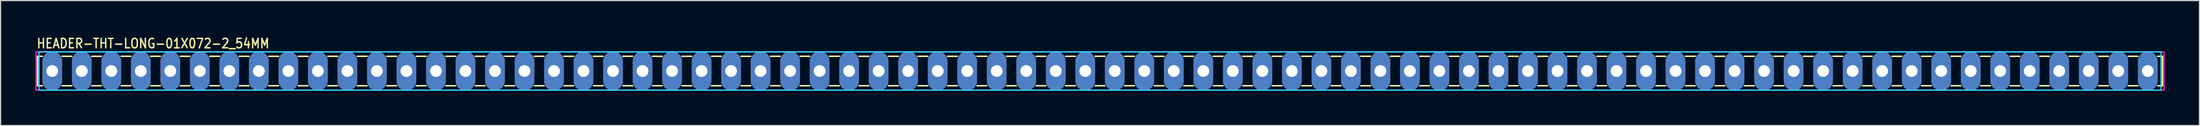
<source format=kicad_pcb>
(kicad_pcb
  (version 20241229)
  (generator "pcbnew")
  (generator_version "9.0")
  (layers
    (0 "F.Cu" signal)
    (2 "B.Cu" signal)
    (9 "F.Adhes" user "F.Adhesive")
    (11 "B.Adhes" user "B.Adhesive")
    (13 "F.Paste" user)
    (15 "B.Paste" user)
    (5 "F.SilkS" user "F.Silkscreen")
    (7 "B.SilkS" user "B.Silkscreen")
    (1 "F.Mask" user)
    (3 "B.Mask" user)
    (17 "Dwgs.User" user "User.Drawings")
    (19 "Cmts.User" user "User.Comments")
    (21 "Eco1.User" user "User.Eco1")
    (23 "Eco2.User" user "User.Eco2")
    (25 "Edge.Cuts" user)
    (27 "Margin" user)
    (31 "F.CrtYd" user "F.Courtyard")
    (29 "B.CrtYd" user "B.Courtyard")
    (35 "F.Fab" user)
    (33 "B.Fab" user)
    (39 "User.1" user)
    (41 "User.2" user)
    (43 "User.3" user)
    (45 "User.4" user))
  (footprint "HEADER-THT-LONG-01X072-2_54MM"
    (layer "F.Cu")
    (at 1.447 3.079)
    (property "Reference" "HEADER-THT-LONG-01X072-2_54MM" (at -1.4 -1.9 0) (unlocked yes) (layer "F.SilkS") (effects (font (size 0.813 0.695) (thickness 0.122)) (justify left bottom)))
    (fp_line (start -1.27 -1.27) (end -1.27 1.27) (stroke (width 0.127) (type solid)) (layer "F.SilkS"))
    (fp_line (start -1.27 1.27) (end -0.85 1.27) (stroke (width 0.127) (type solid)) (layer "F.SilkS"))
    (fp_line (start -0.85 -1.27) (end -1.27 -1.27) (stroke (width 0.127) (type solid)) (layer "F.SilkS"))
    (fp_line (start 0.85 -1.27) (end 1.69 -1.27) (stroke (width 0.127) (type solid)) (layer "F.SilkS"))
    (fp_line (start 0.85 1.27) (end 1.69 1.27) (stroke (width 0.127) (type solid)) (layer "F.SilkS"))
    (fp_line (start 3.39 -1.27) (end 4.23 -1.27) (stroke (width 0.127) (type solid)) (layer "F.SilkS"))
    (fp_line (start 3.39 1.27) (end 4.23 1.27) (stroke (width 0.127) (type solid)) (layer "F.SilkS"))
    (fp_line (start 5.93 -1.27) (end 6.77 -1.27) (stroke (width 0.127) (type solid)) (layer "F.SilkS"))
    (fp_line (start 5.93 1.27) (end 6.77 1.27) (stroke (width 0.127) (type solid)) (layer "F.SilkS"))
    (fp_line (start 8.47 -1.27) (end 9.31 -1.27) (stroke (width 0.127) (type solid)) (layer "F.SilkS"))
    (fp_line (start 8.47 1.27) (end 9.31 1.27) (stroke (width 0.127) (type solid)) (layer "F.SilkS"))
    (fp_line (start 11.01 -1.27) (end 11.85 -1.27) (stroke (width 0.127) (type solid)) (layer "F.SilkS"))
    (fp_line (start 11.01 1.27) (end 11.85 1.27) (stroke (width 0.127) (type solid)) (layer "F.SilkS"))
    (fp_line (start 13.55 -1.27) (end 14.39 -1.27) (stroke (width 0.127) (type solid)) (layer "F.SilkS"))
    (fp_line (start 13.55 1.27) (end 14.39 1.27) (stroke (width 0.127) (type solid)) (layer "F.SilkS"))
    (fp_line (start 16.09 -1.27) (end 16.93 -1.27) (stroke (width 0.127) (type solid)) (layer "F.SilkS"))
    (fp_line (start 16.09 1.27) (end 16.93 1.27) (stroke (width 0.127) (type solid)) (layer "F.SilkS"))
    (fp_line (start 18.63 -1.27) (end 19.47 -1.27) (stroke (width 0.127) (type solid)) (layer "F.SilkS"))
    (fp_line (start 18.63 1.27) (end 19.47 1.27) (stroke (width 0.127) (type solid)) (layer "F.SilkS"))
    (fp_line (start 21.17 -1.27) (end 22.01 -1.27) (stroke (width 0.127) (type solid)) (layer "F.SilkS"))
    (fp_line (start 21.17 1.27) (end 22.01 1.27) (stroke (width 0.127) (type solid)) (layer "F.SilkS"))
    (fp_line (start 23.71 -1.27) (end 24.55 -1.27) (stroke (width 0.127) (type solid)) (layer "F.SilkS"))
    (fp_line (start 23.71 1.27) (end 24.55 1.27) (stroke (width 0.127) (type solid)) (layer "F.SilkS"))
    (fp_line (start 26.25 -1.27) (end 27.09 -1.27) (stroke (width 0.127) (type solid)) (layer "F.SilkS"))
    (fp_line (start 26.25 1.27) (end 27.09 1.27) (stroke (width 0.127) (type solid)) (layer "F.SilkS"))
    (fp_line (start 28.79 -1.27) (end 29.63 -1.27) (stroke (width 0.127) (type solid)) (layer "F.SilkS"))
    (fp_line (start 28.79 1.27) (end 29.63 1.27) (stroke (width 0.127) (type solid)) (layer "F.SilkS"))
    (fp_line (start 31.33 -1.27) (end 32.17 -1.27) (stroke (width 0.127) (type solid)) (layer "F.SilkS"))
    (fp_line (start 31.33 1.27) (end 32.17 1.27) (stroke (width 0.127) (type solid)) (layer "F.SilkS"))
    (fp_line (start 33.87 -1.27) (end 34.71 -1.27) (stroke (width 0.127) (type solid)) (layer "F.SilkS"))
    (fp_line (start 33.87 1.27) (end 34.71 1.27) (stroke (width 0.127) (type solid)) (layer "F.SilkS"))
    (fp_line (start 36.41 -1.27) (end 37.25 -1.27) (stroke (width 0.127) (type solid)) (layer "F.SilkS"))
    (fp_line (start 36.41 1.27) (end 37.25 1.27) (stroke (width 0.127) (type solid)) (layer "F.SilkS"))
    (fp_line (start 38.95 -1.27) (end 39.79 -1.27) (stroke (width 0.127) (type solid)) (layer "F.SilkS"))
    (fp_line (start 38.95 1.27) (end 39.79 1.27) (stroke (width 0.127) (type solid)) (layer "F.SilkS"))
    (fp_line (start 41.49 -1.27) (end 42.33 -1.27) (stroke (width 0.127) (type solid)) (layer "F.SilkS"))
    (fp_line (start 41.49 1.27) (end 42.33 1.27) (stroke (width 0.127) (type solid)) (layer "F.SilkS"))
    (fp_line (start 44.03 -1.27) (end 44.87 -1.27) (stroke (width 0.127) (type solid)) (layer "F.SilkS"))
    (fp_line (start 44.03 1.27) (end 44.87 1.27) (stroke (width 0.127) (type solid)) (layer "F.SilkS"))
    (fp_line (start 46.57 -1.27) (end 47.41 -1.27) (stroke (width 0.127) (type solid)) (layer "F.SilkS"))
    (fp_line (start 46.57 1.27) (end 47.41 1.27) (stroke (width 0.127) (type solid)) (layer "F.SilkS"))
    (fp_line (start 49.11 -1.27) (end 49.95 -1.27) (stroke (width 0.127) (type solid)) (layer "F.SilkS"))
    (fp_line (start 49.11 1.27) (end 49.95 1.27) (stroke (width 0.127) (type solid)) (layer "F.SilkS"))
    (fp_line (start 51.65 -1.27) (end 52.49 -1.27) (stroke (width 0.127) (type solid)) (layer "F.SilkS"))
    (fp_line (start 51.65 1.27) (end 52.49 1.27) (stroke (width 0.127) (type solid)) (layer "F.SilkS"))
    (fp_line (start 54.19 -1.27) (end 55.03 -1.27) (stroke (width 0.127) (type solid)) (layer "F.SilkS"))
    (fp_line (start 54.19 1.27) (end 55.03 1.27) (stroke (width 0.127) (type solid)) (layer "F.SilkS"))
    (fp_line (start 56.73 -1.27) (end 57.57 -1.27) (stroke (width 0.127) (type solid)) (layer "F.SilkS"))
    (fp_line (start 56.73 1.27) (end 57.57 1.27) (stroke (width 0.127) (type solid)) (layer "F.SilkS"))
    (fp_line (start 59.27 -1.27) (end 60.11 -1.27) (stroke (width 0.127) (type solid)) (layer "F.SilkS"))
    (fp_line (start 59.27 1.27) (end 60.11 1.27) (stroke (width 0.127) (type solid)) (layer "F.SilkS"))
    (fp_line (start 61.81 -1.27) (end 62.65 -1.27) (stroke (width 0.127) (type solid)) (layer "F.SilkS"))
    (fp_line (start 61.81 1.27) (end 62.65 1.27) (stroke (width 0.127) (type solid)) (layer "F.SilkS"))
    (fp_line (start 64.35 -1.27) (end 65.19 -1.27) (stroke (width 0.127) (type solid)) (layer "F.SilkS"))
    (fp_line (start 64.35 1.27) (end 65.19 1.27) (stroke (width 0.127) (type solid)) (layer "F.SilkS"))
    (fp_line (start 66.89 -1.27) (end 67.73 -1.27) (stroke (width 0.127) (type solid)) (layer "F.SilkS"))
    (fp_line (start 66.89 1.27) (end 67.73 1.27) (stroke (width 0.127) (type solid)) (layer "F.SilkS"))
    (fp_line (start 69.43 -1.27) (end 70.27 -1.27) (stroke (width 0.127) (type solid)) (layer "F.SilkS"))
    (fp_line (start 69.43 1.27) (end 70.27 1.27) (stroke (width 0.127) (type solid)) (layer "F.SilkS"))
    (fp_line (start 71.97 -1.27) (end 72.81 -1.27) (stroke (width 0.127) (type solid)) (layer "F.SilkS"))
    (fp_line (start 71.97 1.27) (end 72.81 1.27) (stroke (width 0.127) (type solid)) (layer "F.SilkS"))
    (fp_line (start 74.51 -1.27) (end 75.35 -1.27) (stroke (width 0.127) (type solid)) (layer "F.SilkS"))
    (fp_line (start 74.51 1.27) (end 75.35 1.27) (stroke (width 0.127) (type solid)) (layer "F.SilkS"))
    (fp_line (start 77.05 -1.27) (end 77.89 -1.27) (stroke (width 0.127) (type solid)) (layer "F.SilkS"))
    (fp_line (start 77.05 1.27) (end 77.89 1.27) (stroke (width 0.127) (type solid)) (layer "F.SilkS"))
    (fp_line (start 79.59 -1.27) (end 80.43 -1.27) (stroke (width 0.127) (type solid)) (layer "F.SilkS"))
    (fp_line (start 79.59 1.27) (end 80.43 1.27) (stroke (width 0.127) (type solid)) (layer "F.SilkS"))
    (fp_line (start 82.13 -1.27) (end 82.97 -1.27) (stroke (width 0.127) (type solid)) (layer "F.SilkS"))
    (fp_line (start 82.13 1.27) (end 82.97 1.27) (stroke (width 0.127) (type solid)) (layer "F.SilkS"))
    (fp_line (start 84.67 -1.27) (end 85.51 -1.27) (stroke (width 0.127) (type solid)) (layer "F.SilkS"))
    (fp_line (start 84.67 1.27) (end 85.51 1.27) (stroke (width 0.127) (type solid)) (layer "F.SilkS"))
    (fp_line (start 87.21 -1.27) (end 88.05 -1.27) (stroke (width 0.127) (type solid)) (layer "F.SilkS"))
    (fp_line (start 87.21 1.27) (end 88.05 1.27) (stroke (width 0.127) (type solid)) (layer "F.SilkS"))
    (fp_line (start 89.75 -1.27) (end 90.59 -1.27) (stroke (width 0.127) (type solid)) (layer "F.SilkS"))
    (fp_line (start 89.75 1.27) (end 90.59 1.27) (stroke (width 0.127) (type solid)) (layer "F.SilkS"))
    (fp_line (start 92.29 -1.27) (end 93.13 -1.27) (stroke (width 0.127) (type solid)) (layer "F.SilkS"))
    (fp_line (start 92.29 1.27) (end 93.13 1.27) (stroke (width 0.127) (type solid)) (layer "F.SilkS"))
    (fp_line (start 94.83 -1.27) (end 95.67 -1.27) (stroke (width 0.127) (type solid)) (layer "F.SilkS"))
    (fp_line (start 94.83 1.27) (end 95.67 1.27) (stroke (width 0.127) (type solid)) (layer "F.SilkS"))
    (fp_line (start 97.37 -1.27) (end 98.21 -1.27) (stroke (width 0.127) (type solid)) (layer "F.SilkS"))
    (fp_line (start 97.37 1.27) (end 98.21 1.27) (stroke (width 0.127) (type solid)) (layer "F.SilkS"))
    (fp_line (start 99.91 -1.27) (end 100.75 -1.27) (stroke (width 0.127) (type solid)) (layer "F.SilkS"))
    (fp_line (start 99.91 1.27) (end 100.75 1.27) (stroke (width 0.127) (type solid)) (layer "F.SilkS"))
    (fp_line (start 102.45 -1.27) (end 103.29 -1.27) (stroke (width 0.127) (type solid)) (layer "F.SilkS"))
    (fp_line (start 102.45 1.27) (end 103.29 1.27) (stroke (width 0.127) (type solid)) (layer "F.SilkS"))
    (fp_line (start 104.99 -1.27) (end 105.83 -1.27) (stroke (width 0.127) (type solid)) (layer "F.SilkS"))
    (fp_line (start 104.99 1.27) (end 105.83 1.27) (stroke (width 0.127) (type solid)) (layer "F.SilkS"))
    (fp_line (start 107.53 -1.27) (end 108.37 -1.27) (stroke (width 0.127) (type solid)) (layer "F.SilkS"))
    (fp_line (start 107.53 1.27) (end 108.37 1.27) (stroke (width 0.127) (type solid)) (layer "F.SilkS"))
    (fp_line (start 110.07 -1.27) (end 110.91 -1.27) (stroke (width 0.127) (type solid)) (layer "F.SilkS"))
    (fp_line (start 110.07 1.27) (end 110.91 1.27) (stroke (width 0.127) (type solid)) (layer "F.SilkS"))
    (fp_line (start 112.61 -1.27) (end 113.45 -1.27) (stroke (width 0.127) (type solid)) (layer "F.SilkS"))
    (fp_line (start 112.61 1.27) (end 113.45 1.27) (stroke (width 0.127) (type solid)) (layer "F.SilkS"))
    (fp_line (start 115.15 -1.27) (end 115.99 -1.27) (stroke (width 0.127) (type solid)) (layer "F.SilkS"))
    (fp_line (start 115.15 1.27) (end 115.99 1.27) (stroke (width 0.127) (type solid)) (layer "F.SilkS"))
    (fp_line (start 117.69 -1.27) (end 118.53 -1.27) (stroke (width 0.127) (type solid)) (layer "F.SilkS"))
    (fp_line (start 117.69 1.27) (end 118.53 1.27) (stroke (width 0.127) (type solid)) (layer "F.SilkS"))
    (fp_line (start 120.23 -1.27) (end 121.07 -1.27) (stroke (width 0.127) (type solid)) (layer "F.SilkS"))
    (fp_line (start 120.23 1.27) (end 121.07 1.27) (stroke (width 0.127) (type solid)) (layer "F.SilkS"))
    (fp_line (start 122.77 -1.27) (end 123.61 -1.27) (stroke (width 0.127) (type solid)) (layer "F.SilkS"))
    (fp_line (start 122.77 1.27) (end 123.61 1.27) (stroke (width 0.127) (type solid)) (layer "F.SilkS"))
    (fp_line (start 125.31 -1.27) (end 126.15 -1.27) (stroke (width 0.127) (type solid)) (layer "F.SilkS"))
    (fp_line (start 125.31 1.27) (end 126.15 1.27) (stroke (width 0.127) (type solid)) (layer "F.SilkS"))
    (fp_line (start 127.85 -1.27) (end 128.69 -1.27) (stroke (width 0.127) (type solid)) (layer "F.SilkS"))
    (fp_line (start 127.85 1.27) (end 128.69 1.27) (stroke (width 0.127) (type solid)) (layer "F.SilkS"))
    (fp_line (start 130.39 -1.27) (end 131.23 -1.27) (stroke (width 0.127) (type solid)) (layer "F.SilkS"))
    (fp_line (start 130.39 1.27) (end 131.23 1.27) (stroke (width 0.127) (type solid)) (layer "F.SilkS"))
    (fp_line (start 132.93 -1.27) (end 133.77 -1.27) (stroke (width 0.127) (type solid)) (layer "F.SilkS"))
    (fp_line (start 132.93 1.27) (end 133.77 1.27) (stroke (width 0.127) (type solid)) (layer "F.SilkS"))
    (fp_line (start 135.47 -1.27) (end 136.31 -1.27) (stroke (width 0.127) (type solid)) (layer "F.SilkS"))
    (fp_line (start 135.47 1.27) (end 136.31 1.27) (stroke (width 0.127) (type solid)) (layer "F.SilkS"))
    (fp_line (start 138.01 -1.27) (end 138.85 -1.27) (stroke (width 0.127) (type solid)) (layer "F.SilkS"))
    (fp_line (start 138.01 1.27) (end 138.85 1.27) (stroke (width 0.127) (type solid)) (layer "F.SilkS"))
    (fp_line (start 140.55 -1.27) (end 141.39 -1.27) (stroke (width 0.127) (type solid)) (layer "F.SilkS"))
    (fp_line (start 140.55 1.27) (end 141.39 1.27) (stroke (width 0.127) (type solid)) (layer "F.SilkS"))
    (fp_line (start 143.09 -1.27) (end 143.93 -1.27) (stroke (width 0.127) (type solid)) (layer "F.SilkS"))
    (fp_line (start 143.09 1.27) (end 143.93 1.27) (stroke (width 0.127) (type solid)) (layer "F.SilkS"))
    (fp_line (start 145.63 -1.27) (end 146.47 -1.27) (stroke (width 0.127) (type solid)) (layer "F.SilkS"))
    (fp_line (start 145.63 1.27) (end 146.47 1.27) (stroke (width 0.127) (type solid)) (layer "F.SilkS"))
    (fp_line (start 148.17 -1.27) (end 149.01 -1.27) (stroke (width 0.127) (type solid)) (layer "F.SilkS"))
    (fp_line (start 148.17 1.27) (end 149.01 1.27) (stroke (width 0.127) (type solid)) (layer "F.SilkS"))
    (fp_line (start 150.71 -1.27) (end 151.55 -1.27) (stroke (width 0.127) (type solid)) (layer "F.SilkS"))
    (fp_line (start 150.71 1.27) (end 151.55 1.27) (stroke (width 0.127) (type solid)) (layer "F.SilkS"))
    (fp_line (start 153.25 -1.27) (end 154.09 -1.27) (stroke (width 0.127) (type solid)) (layer "F.SilkS"))
    (fp_line (start 153.25 1.27) (end 154.09 1.27) (stroke (width 0.127) (type solid)) (layer "F.SilkS"))
    (fp_line (start 155.79 -1.27) (end 156.63 -1.27) (stroke (width 0.127) (type solid)) (layer "F.SilkS"))
    (fp_line (start 155.79 1.27) (end 156.63 1.27) (stroke (width 0.127) (type solid)) (layer "F.SilkS"))
    (fp_line (start 158.33 -1.27) (end 159.17 -1.27) (stroke (width 0.127) (type solid)) (layer "F.SilkS"))
    (fp_line (start 158.33 1.27) (end 159.17 1.27) (stroke (width 0.127) (type solid)) (layer "F.SilkS"))
    (fp_line (start 160.87 -1.27) (end 161.71 -1.27) (stroke (width 0.127) (type solid)) (layer "F.SilkS"))
    (fp_line (start 160.87 1.27) (end 161.71 1.27) (stroke (width 0.127) (type solid)) (layer "F.SilkS"))
    (fp_line (start 163.41 -1.27) (end 164.25 -1.27) (stroke (width 0.127) (type solid)) (layer "F.SilkS"))
    (fp_line (start 163.41 1.27) (end 164.25 1.27) (stroke (width 0.127) (type solid)) (layer "F.SilkS"))
    (fp_line (start 165.95 -1.27) (end 166.79 -1.27) (stroke (width 0.127) (type solid)) (layer "F.SilkS"))
    (fp_line (start 165.95 1.27) (end 166.79 1.27) (stroke (width 0.127) (type solid)) (layer "F.SilkS"))
    (fp_line (start 168.49 -1.27) (end 169.33 -1.27) (stroke (width 0.127) (type solid)) (layer "F.SilkS"))
    (fp_line (start 168.49 1.27) (end 169.33 1.27) (stroke (width 0.127) (type solid)) (layer "F.SilkS"))
    (fp_line (start 171.03 -1.27) (end 171.87 -1.27) (stroke (width 0.127) (type solid)) (layer "F.SilkS"))
    (fp_line (start 171.03 1.27) (end 171.87 1.27) (stroke (width 0.127) (type solid)) (layer "F.SilkS"))
    (fp_line (start 173.57 -1.27) (end 174.41 -1.27) (stroke (width 0.127) (type solid)) (layer "F.SilkS"))
    (fp_line (start 173.57 1.27) (end 174.41 1.27) (stroke (width 0.127) (type solid)) (layer "F.SilkS"))
    (fp_line (start 176.11 -1.27) (end 176.95 -1.27) (stroke (width 0.127) (type solid)) (layer "F.SilkS"))
    (fp_line (start 176.11 1.27) (end 176.95 1.27) (stroke (width 0.127) (type solid)) (layer "F.SilkS"))
    (fp_line (start 178.65 -1.27) (end 179.49 -1.27) (stroke (width 0.127) (type solid)) (layer "F.SilkS"))
    (fp_line (start 178.65 1.27) (end 179.49 1.27) (stroke (width 0.127) (type solid)) (layer "F.SilkS"))
    (fp_line (start 181.19 -1.27) (end 181.61 -1.27) (stroke (width 0.127) (type solid)) (layer "F.SilkS"))
    (fp_line (start 181.61 -1.27) (end 181.61 1.27) (stroke (width 0.127) (type solid)) (layer "F.SilkS"))
    (fp_line (start 181.61 1.27) (end 181.19 1.27) (stroke (width 0.127) (type solid)) (layer "F.SilkS"))
    (fp_poly (pts (xy -1.143 -1.651) (xy 181.483 -1.651) (xy 181.483 1.651) (xy -1.143 1.651)) (stroke (width 0.1) (type solid)) (fill no) (layer "B.CrtYd"))
    (fp_poly (pts (xy -1.397 -1.651) (xy 181.737 -1.651) (xy 181.737 1.651) (xy -1.397 1.651)) (stroke (width 0.1) (type solid)) (fill no) (layer "F.CrtYd"))
    (pad "P$1" thru_hole oval (at 0 0 90) (size 3.387 1.693) (drill 1.016) (layers "*.Cu" "*.Mask"))
    (pad "P$2" thru_hole oval (at 2.54 0 90) (size 3.387 1.693) (drill 1.016) (layers "*.Cu" "*.Mask"))
    (pad "P$3" thru_hole oval (at 5.08 0 90) (size 3.387 1.693) (drill 1.016) (layers "*.Cu" "*.Mask"))
    (pad "P$4" thru_hole oval (at 7.62 0 90) (size 3.387 1.693) (drill 1.016) (layers "*.Cu" "*.Mask"))
    (pad "P$5" thru_hole oval (at 10.16 0 90) (size 3.387 1.693) (drill 1.016) (layers "*.Cu" "*.Mask"))
    (pad "P$6" thru_hole oval (at 12.7 0 90) (size 3.387 1.693) (drill 1.016) (layers "*.Cu" "*.Mask"))
    (pad "P$7" thru_hole oval (at 15.24 0 90) (size 3.387 1.693) (drill 1.016) (layers "*.Cu" "*.Mask"))
    (pad "P$8" thru_hole oval (at 17.78 0 90) (size 3.387 1.693) (drill 1.016) (layers "*.Cu" "*.Mask"))
    (pad "P$9" thru_hole oval (at 20.32 0 90) (size 3.387 1.693) (drill 1.016) (layers "*.Cu" "*.Mask"))
    (pad "P$10" thru_hole oval (at 22.86 0 90) (size 3.387 1.693) (drill 1.016) (layers "*.Cu" "*.Mask"))
    (pad "P$11" thru_hole oval (at 25.4 0 90) (size 3.387 1.693) (drill 1.016) (layers "*.Cu" "*.Mask"))
    (pad "P$12" thru_hole oval (at 27.94 0 90) (size 3.387 1.693) (drill 1.016) (layers "*.Cu" "*.Mask"))
    (pad "P$13" thru_hole oval (at 30.48 0 90) (size 3.387 1.693) (drill 1.016) (layers "*.Cu" "*.Mask"))
    (pad "P$14" thru_hole oval (at 33.02 0 90) (size 3.387 1.693) (drill 1.016) (layers "*.Cu" "*.Mask"))
    (pad "P$15" thru_hole oval (at 35.56 0 90) (size 3.387 1.693) (drill 1.016) (layers "*.Cu" "*.Mask"))
    (pad "P$16" thru_hole oval (at 38.1 0 90) (size 3.387 1.693) (drill 1.016) (layers "*.Cu" "*.Mask"))
    (pad "P$17" thru_hole oval (at 40.64 0 90) (size 3.387 1.693) (drill 1.016) (layers "*.Cu" "*.Mask"))
    (pad "P$18" thru_hole oval (at 43.18 0 90) (size 3.387 1.693) (drill 1.016) (layers "*.Cu" "*.Mask"))
    (pad "P$19" thru_hole oval (at 45.72 0 90) (size 3.387 1.693) (drill 1.016) (layers "*.Cu" "*.Mask"))
    (pad "P$20" thru_hole oval (at 48.26 0 90) (size 3.387 1.693) (drill 1.016) (layers "*.Cu" "*.Mask"))
    (pad "P$21" thru_hole oval (at 50.8 0 90) (size 3.387 1.693) (drill 1.016) (layers "*.Cu" "*.Mask"))
    (pad "P$22" thru_hole oval (at 53.34 0 90) (size 3.387 1.693) (drill 1.016) (layers "*.Cu" "*.Mask"))
    (pad "P$23" thru_hole oval (at 55.88 0 90) (size 3.387 1.693) (drill 1.016) (layers "*.Cu" "*.Mask"))
    (pad "P$24" thru_hole oval (at 58.42 0 90) (size 3.387 1.693) (drill 1.016) (layers "*.Cu" "*.Mask"))
    (pad "P$25" thru_hole oval (at 60.96 0 90) (size 3.387 1.693) (drill 1.016) (layers "*.Cu" "*.Mask"))
    (pad "P$26" thru_hole oval (at 63.5 0 90) (size 3.387 1.693) (drill 1.016) (layers "*.Cu" "*.Mask"))
    (pad "P$27" thru_hole oval (at 66.04 0 90) (size 3.387 1.693) (drill 1.016) (layers "*.Cu" "*.Mask"))
    (pad "P$28" thru_hole oval (at 68.58 0 90) (size 3.387 1.693) (drill 1.016) (layers "*.Cu" "*.Mask"))
    (pad "P$29" thru_hole oval (at 71.12 0 90) (size 3.387 1.693) (drill 1.016) (layers "*.Cu" "*.Mask"))
    (pad "P$30" thru_hole oval (at 73.66 0 90) (size 3.387 1.693) (drill 1.016) (layers "*.Cu" "*.Mask"))
    (pad "P$31" thru_hole oval (at 76.2 0 90) (size 3.387 1.693) (drill 1.016) (layers "*.Cu" "*.Mask"))
    (pad "P$32" thru_hole oval (at 78.74 0 90) (size 3.387 1.693) (drill 1.016) (layers "*.Cu" "*.Mask"))
    (pad "P$33" thru_hole oval (at 81.28 0 90) (size 3.387 1.693) (drill 1.016) (layers "*.Cu" "*.Mask"))
    (pad "P$34" thru_hole oval (at 83.82 0 90) (size 3.387 1.693) (drill 1.016) (layers "*.Cu" "*.Mask"))
    (pad "P$35" thru_hole oval (at 86.36 0 90) (size 3.387 1.693) (drill 1.016) (layers "*.Cu" "*.Mask"))
    (pad "P$36" thru_hole oval (at 88.9 0 90) (size 3.387 1.693) (drill 1.016) (layers "*.Cu" "*.Mask"))
    (pad "P$37" thru_hole oval (at 91.44 0 90) (size 3.387 1.693) (drill 1.016) (layers "*.Cu" "*.Mask"))
    (pad "P$38" thru_hole oval (at 93.98 0 90) (size 3.387 1.693) (drill 1.016) (layers "*.Cu" "*.Mask"))
    (pad "P$39" thru_hole oval (at 96.52 0 90) (size 3.387 1.693) (drill 1.016) (layers "*.Cu" "*.Mask"))
    (pad "P$40" thru_hole oval (at 99.06 0 90) (size 3.387 1.693) (drill 1.016) (layers "*.Cu" "*.Mask"))
    (pad "P$41" thru_hole oval (at 101.6 0 90) (size 3.387 1.693) (drill 1.016) (layers "*.Cu" "*.Mask"))
    (pad "P$42" thru_hole oval (at 104.14 0 90) (size 3.387 1.693) (drill 1.016) (layers "*.Cu" "*.Mask"))
    (pad "P$43" thru_hole oval (at 106.68 0 90) (size 3.387 1.693) (drill 1.016) (layers "*.Cu" "*.Mask"))
    (pad "P$44" thru_hole oval (at 109.22 0 90) (size 3.387 1.693) (drill 1.016) (layers "*.Cu" "*.Mask"))
    (pad "P$45" thru_hole oval (at 111.76 0 90) (size 3.387 1.693) (drill 1.016) (layers "*.Cu" "*.Mask"))
    (pad "P$46" thru_hole oval (at 114.3 0 90) (size 3.387 1.693) (drill 1.016) (layers "*.Cu" "*.Mask"))
    (pad "P$47" thru_hole oval (at 116.84 0 90) (size 3.387 1.693) (drill 1.016) (layers "*.Cu" "*.Mask"))
    (pad "P$48" thru_hole oval (at 119.38 0 90) (size 3.387 1.693) (drill 1.016) (layers "*.Cu" "*.Mask"))
    (pad "P$49" thru_hole oval (at 121.92 0 90) (size 3.387 1.693) (drill 1.016) (layers "*.Cu" "*.Mask"))
    (pad "P$50" thru_hole oval (at 124.46 0 90) (size 3.387 1.693) (drill 1.016) (layers "*.Cu" "*.Mask"))
    (pad "P$51" thru_hole oval (at 127 0 90) (size 3.387 1.693) (drill 1.016) (layers "*.Cu" "*.Mask"))
    (pad "P$52" thru_hole oval (at 129.54 0 90) (size 3.387 1.693) (drill 1.016) (layers "*.Cu" "*.Mask"))
    (pad "P$53" thru_hole oval (at 132.08 0 90) (size 3.387 1.693) (drill 1.016) (layers "*.Cu" "*.Mask"))
    (pad "P$54" thru_hole oval (at 134.62 0 90) (size 3.387 1.693) (drill 1.016) (layers "*.Cu" "*.Mask"))
    (pad "P$55" thru_hole oval (at 137.16 0 90) (size 3.387 1.693) (drill 1.016) (layers "*.Cu" "*.Mask"))
    (pad "P$56" thru_hole oval (at 139.7 0 90) (size 3.387 1.693) (drill 1.016) (layers "*.Cu" "*.Mask"))
    (pad "P$57" thru_hole oval (at 142.24 0 90) (size 3.387 1.693) (drill 1.016) (layers "*.Cu" "*.Mask"))
    (pad "P$58" thru_hole oval (at 144.78 0 90) (size 3.387 1.693) (drill 1.016) (layers "*.Cu" "*.Mask"))
    (pad "P$59" thru_hole oval (at 147.32 0 90) (size 3.387 1.693) (drill 1.016) (layers "*.Cu" "*.Mask"))
    (pad "P$60" thru_hole oval (at 149.86 0 90) (size 3.387 1.693) (drill 1.016) (layers "*.Cu" "*.Mask"))
    (pad "P$61" thru_hole oval (at 152.4 0 90) (size 3.387 1.693) (drill 1.016) (layers "*.Cu" "*.Mask"))
    (pad "P$62" thru_hole oval (at 154.94 0 90) (size 3.387 1.693) (drill 1.016) (layers "*.Cu" "*.Mask"))
    (pad "P$63" thru_hole oval (at 157.48 0 90) (size 3.387 1.693) (drill 1.016) (layers "*.Cu" "*.Mask"))
    (pad "P$64" thru_hole oval (at 160.02 0 90) (size 3.387 1.693) (drill 1.016) (layers "*.Cu" "*.Mask"))
    (pad "P$65" thru_hole oval (at 162.56 0 90) (size 3.387 1.693) (drill 1.016) (layers "*.Cu" "*.Mask"))
    (pad "P$66" thru_hole oval (at 165.1 0 90) (size 3.387 1.693) (drill 1.016) (layers "*.Cu" "*.Mask"))
    (pad "P$67" thru_hole oval (at 167.64 0 90) (size 3.387 1.693) (drill 1.016) (layers "*.Cu" "*.Mask"))
    (pad "P$68" thru_hole oval (at 170.18 0 90) (size 3.387 1.693) (drill 1.016) (layers "*.Cu" "*.Mask"))
    (pad "P$69" thru_hole oval (at 172.72 0 90) (size 3.387 1.693) (drill 1.016) (layers "*.Cu" "*.Mask"))
    (pad "P$70" thru_hole oval (at 175.26 0 90) (size 3.387 1.693) (drill 1.016) (layers "*.Cu" "*.Mask"))
    (pad "P$71" thru_hole oval (at 177.8 0 90) (size 3.387 1.693) (drill 1.016) (layers "*.Cu" "*.Mask"))
    (pad "P$72" thru_hole oval (at 180.34 0 90) (size 3.387 1.693) (drill 1.016) (layers "*.Cu" "*.Mask")))
  (gr_rect
    (start -3 -3)
    (end 186.234 7.78)
    (stroke (width 0.1) (type default))
    (fill no)
    (layer "Edge.Cuts")))
</source>
